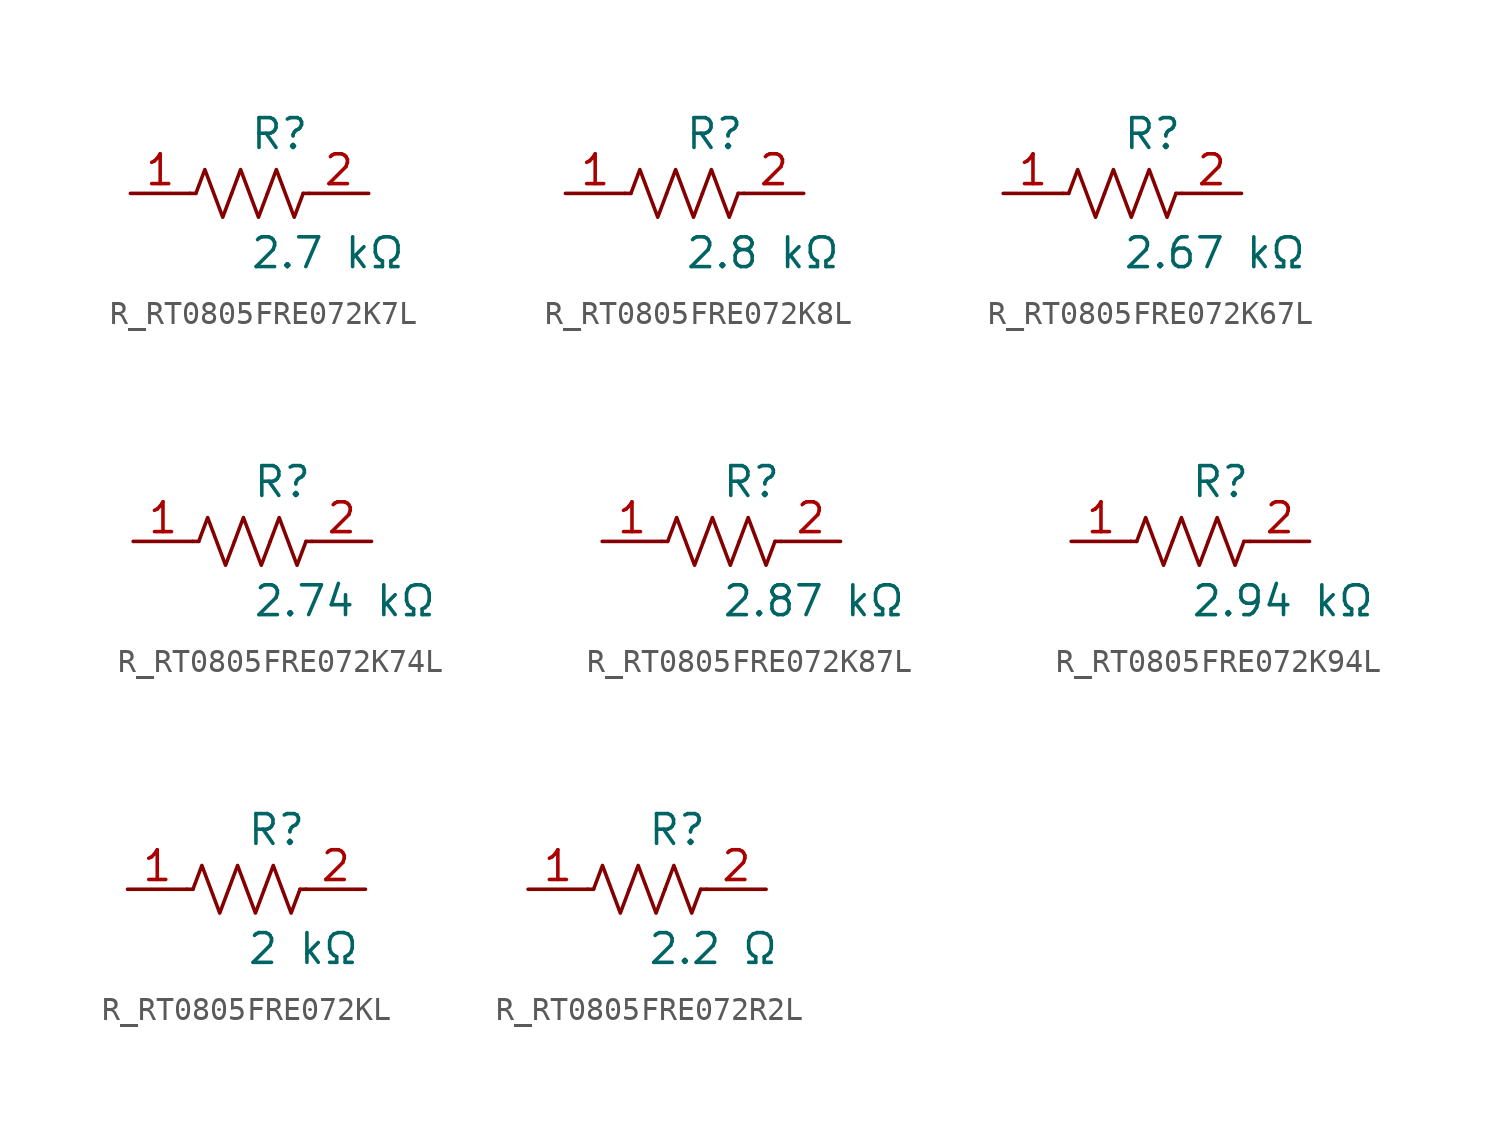
<source format=kicad_sym>
(kicad_symbol_lib
  (version 20231120)
  (generator kicad_symbol_editor)
  (generator_version 8.0)
  (symbol "R_RT0805FRE072K7L"
    (pin_names
      (offset 0.254))
    (property "Reference" "R"
      (at 0 2.54 0)
      (effects (font (size 1.27 1.27)) (justify left)))
    (property "Value" "2.7 kΩ"
      (at 0 -2.54 0)
      (effects (font (size 1.27 1.27)) (justify left)))
    (symbol "R_RT0805FRE072K7L_0_1"
      (polyline (pts (xy 2.286 0) (xy 2.54 0)) (stroke (width 0) (type default)) (fill (type none)))
      (polyline (pts (xy -2.286 0) (xy -2.54 0)) (stroke (width 0) (type default)) (fill (type none)))
      (polyline (pts (xy 0.762 0) (xy 1.143 1.016) (xy 1.524 0) (xy 1.905 -1.016) (xy 2.286 0)) (stroke (width 0) (type default)) (fill (type none)))
      (polyline (pts (xy -0.762 0) (xy -0.381 1.016) (xy 0 0) (xy 0.381 -1.016) (xy 0.762 0)) (stroke (width 0) (type default)) (fill (type none)))
      (polyline (pts (xy -2.286 0) (xy -1.905 1.016) (xy -1.524 0) (xy -1.143 -1.016) (xy -0.762 0)) (stroke (width 0) (type default)) (fill (type none))))
    (pin passive line
      (at -5.08 0 0)
      (length 2.54)
      (name "" (effects (font (size 1.27 1.27))))
      (number "1" (effects (font (size 1.27 1.27)))))
    (pin passive line
      (at 5.08 0 180)
      (length 2.54)
      (name "" (effects (font (size 1.27 1.27))))
      (number "2" (effects (font (size 1.27 1.27))))))
  (symbol "R_RT0805FRE072K8L"
    (pin_names
      (offset 0.254))
    (property "Reference" "R"
      (at 0 2.54 0)
      (effects (font (size 1.27 1.27)) (justify left)))
    (property "Value" "2.8 kΩ"
      (at 0 -2.54 0)
      (effects (font (size 1.27 1.27)) (justify left)))
    (symbol "R_RT0805FRE072K8L_0_1"
      (polyline (pts (xy 2.286 0) (xy 2.54 0)) (stroke (width 0) (type default)) (fill (type none)))
      (polyline (pts (xy -2.286 0) (xy -2.54 0)) (stroke (width 0) (type default)) (fill (type none)))
      (polyline (pts (xy 0.762 0) (xy 1.143 1.016) (xy 1.524 0) (xy 1.905 -1.016) (xy 2.286 0)) (stroke (width 0) (type default)) (fill (type none)))
      (polyline (pts (xy -0.762 0) (xy -0.381 1.016) (xy 0 0) (xy 0.381 -1.016) (xy 0.762 0)) (stroke (width 0) (type default)) (fill (type none)))
      (polyline (pts (xy -2.286 0) (xy -1.905 1.016) (xy -1.524 0) (xy -1.143 -1.016) (xy -0.762 0)) (stroke (width 0) (type default)) (fill (type none))))
    (pin passive line
      (at -5.08 0 0)
      (length 2.54)
      (name "" (effects (font (size 1.27 1.27))))
      (number "1" (effects (font (size 1.27 1.27)))))
    (pin passive line
      (at 5.08 0 180)
      (length 2.54)
      (name "" (effects (font (size 1.27 1.27))))
      (number "2" (effects (font (size 1.27 1.27))))))
  (symbol "R_RT0805FRE072K67L"
    (pin_names
      (offset 0.254))
    (property "Reference" "R"
      (at 0 2.54 0)
      (effects (font (size 1.27 1.27)) (justify left)))
    (property "Value" "2.67 kΩ"
      (at 0 -2.54 0)
      (effects (font (size 1.27 1.27)) (justify left)))
    (symbol "R_RT0805FRE072K67L_0_1"
      (polyline (pts (xy 2.286 0) (xy 2.54 0)) (stroke (width 0) (type default)) (fill (type none)))
      (polyline (pts (xy -2.286 0) (xy -2.54 0)) (stroke (width 0) (type default)) (fill (type none)))
      (polyline (pts (xy 0.762 0) (xy 1.143 1.016) (xy 1.524 0) (xy 1.905 -1.016) (xy 2.286 0)) (stroke (width 0) (type default)) (fill (type none)))
      (polyline (pts (xy -0.762 0) (xy -0.381 1.016) (xy 0 0) (xy 0.381 -1.016) (xy 0.762 0)) (stroke (width 0) (type default)) (fill (type none)))
      (polyline (pts (xy -2.286 0) (xy -1.905 1.016) (xy -1.524 0) (xy -1.143 -1.016) (xy -0.762 0)) (stroke (width 0) (type default)) (fill (type none))))
    (pin passive line
      (at -5.08 0 0)
      (length 2.54)
      (name "" (effects (font (size 1.27 1.27))))
      (number "1" (effects (font (size 1.27 1.27)))))
    (pin passive line
      (at 5.08 0 180)
      (length 2.54)
      (name "" (effects (font (size 1.27 1.27))))
      (number "2" (effects (font (size 1.27 1.27))))))
  (symbol "R_RT0805FRE072K74L"
    (pin_names
      (offset 0.254))
    (property "Reference" "R"
      (at 0 2.54 0)
      (effects (font (size 1.27 1.27)) (justify left)))
    (property "Value" "2.74 kΩ"
      (at 0 -2.54 0)
      (effects (font (size 1.27 1.27)) (justify left)))
    (symbol "R_RT0805FRE072K74L_0_1"
      (polyline (pts (xy 2.286 0) (xy 2.54 0)) (stroke (width 0) (type default)) (fill (type none)))
      (polyline (pts (xy -2.286 0) (xy -2.54 0)) (stroke (width 0) (type default)) (fill (type none)))
      (polyline (pts (xy 0.762 0) (xy 1.143 1.016) (xy 1.524 0) (xy 1.905 -1.016) (xy 2.286 0)) (stroke (width 0) (type default)) (fill (type none)))
      (polyline (pts (xy -0.762 0) (xy -0.381 1.016) (xy 0 0) (xy 0.381 -1.016) (xy 0.762 0)) (stroke (width 0) (type default)) (fill (type none)))
      (polyline (pts (xy -2.286 0) (xy -1.905 1.016) (xy -1.524 0) (xy -1.143 -1.016) (xy -0.762 0)) (stroke (width 0) (type default)) (fill (type none))))
    (pin passive line
      (at -5.08 0 0)
      (length 2.54)
      (name "" (effects (font (size 1.27 1.27))))
      (number "1" (effects (font (size 1.27 1.27)))))
    (pin passive line
      (at 5.08 0 180)
      (length 2.54)
      (name "" (effects (font (size 1.27 1.27))))
      (number "2" (effects (font (size 1.27 1.27))))))
  (symbol "R_RT0805FRE072K87L"
    (pin_names
      (offset 0.254))
    (property "Reference" "R"
      (at 0 2.54 0)
      (effects (font (size 1.27 1.27)) (justify left)))
    (property "Value" "2.87 kΩ"
      (at 0 -2.54 0)
      (effects (font (size 1.27 1.27)) (justify left)))
    (symbol "R_RT0805FRE072K87L_0_1"
      (polyline (pts (xy 2.286 0) (xy 2.54 0)) (stroke (width 0) (type default)) (fill (type none)))
      (polyline (pts (xy -2.286 0) (xy -2.54 0)) (stroke (width 0) (type default)) (fill (type none)))
      (polyline (pts (xy 0.762 0) (xy 1.143 1.016) (xy 1.524 0) (xy 1.905 -1.016) (xy 2.286 0)) (stroke (width 0) (type default)) (fill (type none)))
      (polyline (pts (xy -0.762 0) (xy -0.381 1.016) (xy 0 0) (xy 0.381 -1.016) (xy 0.762 0)) (stroke (width 0) (type default)) (fill (type none)))
      (polyline (pts (xy -2.286 0) (xy -1.905 1.016) (xy -1.524 0) (xy -1.143 -1.016) (xy -0.762 0)) (stroke (width 0) (type default)) (fill (type none))))
    (pin passive line
      (at -5.08 0 0)
      (length 2.54)
      (name "" (effects (font (size 1.27 1.27))))
      (number "1" (effects (font (size 1.27 1.27)))))
    (pin passive line
      (at 5.08 0 180)
      (length 2.54)
      (name "" (effects (font (size 1.27 1.27))))
      (number "2" (effects (font (size 1.27 1.27))))))
  (symbol "R_RT0805FRE072K94L"
    (pin_names
      (offset 0.254))
    (property "Reference" "R"
      (at 0 2.54 0)
      (effects (font (size 1.27 1.27)) (justify left)))
    (property "Value" "2.94 kΩ"
      (at 0 -2.54 0)
      (effects (font (size 1.27 1.27)) (justify left)))
    (symbol "R_RT0805FRE072K94L_0_1"
      (polyline (pts (xy 2.286 0) (xy 2.54 0)) (stroke (width 0) (type default)) (fill (type none)))
      (polyline (pts (xy -2.286 0) (xy -2.54 0)) (stroke (width 0) (type default)) (fill (type none)))
      (polyline (pts (xy 0.762 0) (xy 1.143 1.016) (xy 1.524 0) (xy 1.905 -1.016) (xy 2.286 0)) (stroke (width 0) (type default)) (fill (type none)))
      (polyline (pts (xy -0.762 0) (xy -0.381 1.016) (xy 0 0) (xy 0.381 -1.016) (xy 0.762 0)) (stroke (width 0) (type default)) (fill (type none)))
      (polyline (pts (xy -2.286 0) (xy -1.905 1.016) (xy -1.524 0) (xy -1.143 -1.016) (xy -0.762 0)) (stroke (width 0) (type default)) (fill (type none))))
    (pin passive line
      (at -5.08 0 0)
      (length 2.54)
      (name "" (effects (font (size 1.27 1.27))))
      (number "1" (effects (font (size 1.27 1.27)))))
    (pin passive line
      (at 5.08 0 180)
      (length 2.54)
      (name "" (effects (font (size 1.27 1.27))))
      (number "2" (effects (font (size 1.27 1.27))))))
  (symbol "R_RT0805FRE072KL"
    (pin_names
      (offset 0.254))
    (property "Reference" "R"
      (at 0 2.54 0)
      (effects (font (size 1.27 1.27)) (justify left)))
    (property "Value" "2 kΩ"
      (at 0 -2.54 0)
      (effects (font (size 1.27 1.27)) (justify left)))
    (symbol "R_RT0805FRE072KL_0_1"
      (polyline (pts (xy 2.286 0) (xy 2.54 0)) (stroke (width 0) (type default)) (fill (type none)))
      (polyline (pts (xy -2.286 0) (xy -2.54 0)) (stroke (width 0) (type default)) (fill (type none)))
      (polyline (pts (xy 0.762 0) (xy 1.143 1.016) (xy 1.524 0) (xy 1.905 -1.016) (xy 2.286 0)) (stroke (width 0) (type default)) (fill (type none)))
      (polyline (pts (xy -0.762 0) (xy -0.381 1.016) (xy 0 0) (xy 0.381 -1.016) (xy 0.762 0)) (stroke (width 0) (type default)) (fill (type none)))
      (polyline (pts (xy -2.286 0) (xy -1.905 1.016) (xy -1.524 0) (xy -1.143 -1.016) (xy -0.762 0)) (stroke (width 0) (type default)) (fill (type none))))
    (pin passive line
      (at -5.08 0 0)
      (length 2.54)
      (name "" (effects (font (size 1.27 1.27))))
      (number "1" (effects (font (size 1.27 1.27)))))
    (pin passive line
      (at 5.08 0 180)
      (length 2.54)
      (name "" (effects (font (size 1.27 1.27))))
      (number "2" (effects (font (size 1.27 1.27))))))
  (symbol "R_RT0805FRE072R2L"
    (pin_names
      (offset 0.254))
    (property "Reference" "R"
      (at 0 2.54 0)
      (effects (font (size 1.27 1.27)) (justify left)))
    (property "Value" "2.2 Ω"
      (at 0 -2.54 0)
      (effects (font (size 1.27 1.27)) (justify left)))
    (symbol "R_RT0805FRE072R2L_0_1"
      (polyline (pts (xy 2.286 0) (xy 2.54 0)) (stroke (width 0) (type default)) (fill (type none)))
      (polyline (pts (xy -2.286 0) (xy -2.54 0)) (stroke (width 0) (type default)) (fill (type none)))
      (polyline (pts (xy 0.762 0) (xy 1.143 1.016) (xy 1.524 0) (xy 1.905 -1.016) (xy 2.286 0)) (stroke (width 0) (type default)) (fill (type none)))
      (polyline (pts (xy -0.762 0) (xy -0.381 1.016) (xy 0 0) (xy 0.381 -1.016) (xy 0.762 0)) (stroke (width 0) (type default)) (fill (type none)))
      (polyline (pts (xy -2.286 0) (xy -1.905 1.016) (xy -1.524 0) (xy -1.143 -1.016) (xy -0.762 0)) (stroke (width 0) (type default)) (fill (type none))))
    (pin passive line
      (at -5.08 0 0)
      (length 2.54)
      (name "" (effects (font (size 1.27 1.27))))
      (number "1" (effects (font (size 1.27 1.27)))))
    (pin passive line
      (at 5.08 0 180)
      (length 2.54)
      (name "" (effects (font (size 1.27 1.27))))
      (number "2" (effects (font (size 1.27 1.27)))))))
</source>
